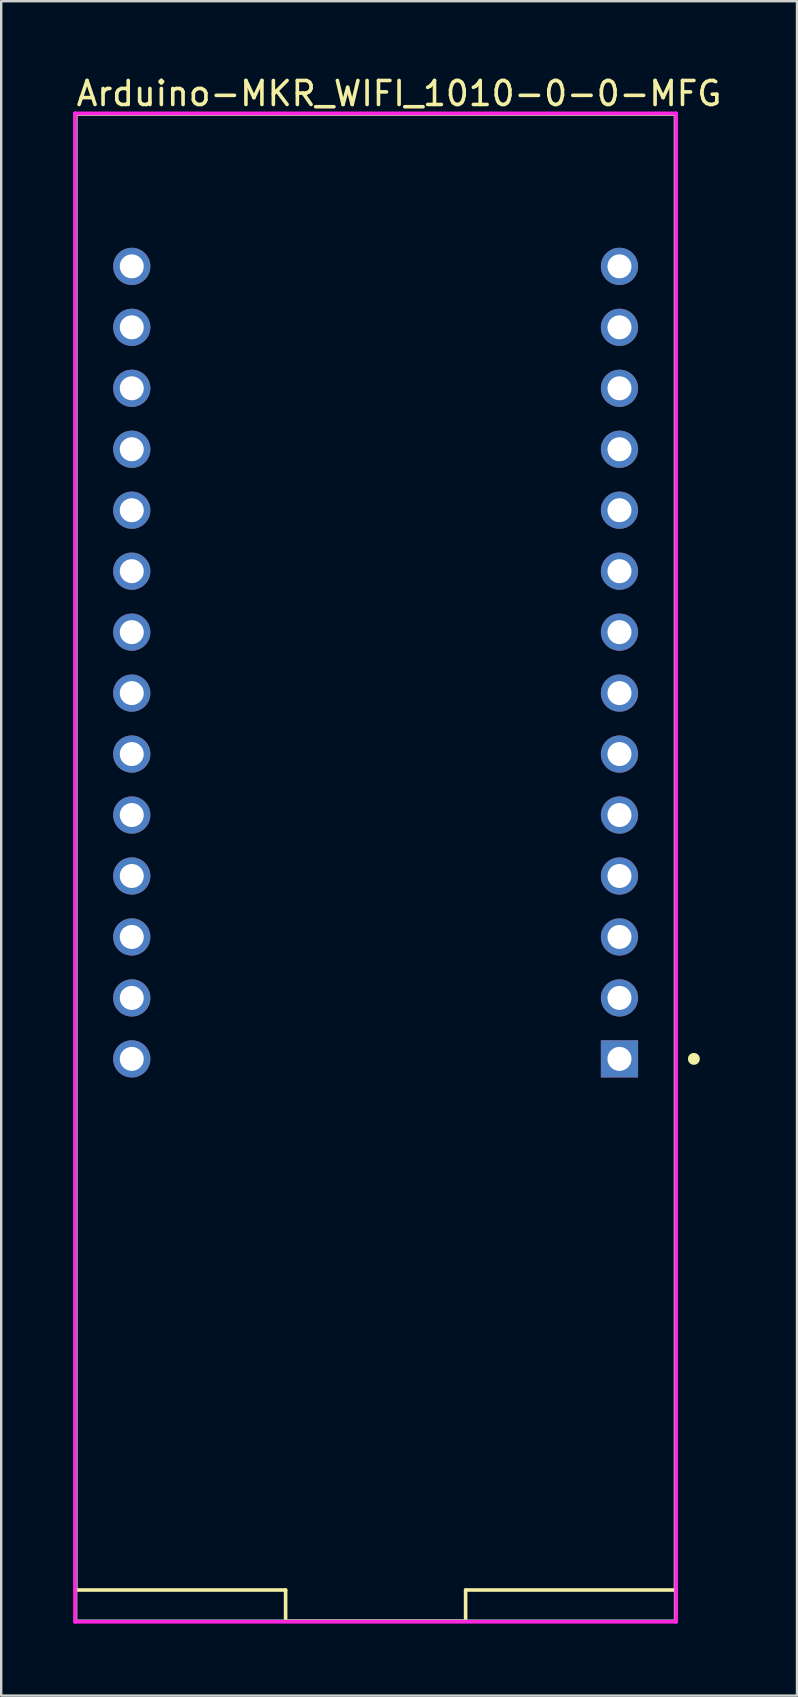
<source format=kicad_pcb>
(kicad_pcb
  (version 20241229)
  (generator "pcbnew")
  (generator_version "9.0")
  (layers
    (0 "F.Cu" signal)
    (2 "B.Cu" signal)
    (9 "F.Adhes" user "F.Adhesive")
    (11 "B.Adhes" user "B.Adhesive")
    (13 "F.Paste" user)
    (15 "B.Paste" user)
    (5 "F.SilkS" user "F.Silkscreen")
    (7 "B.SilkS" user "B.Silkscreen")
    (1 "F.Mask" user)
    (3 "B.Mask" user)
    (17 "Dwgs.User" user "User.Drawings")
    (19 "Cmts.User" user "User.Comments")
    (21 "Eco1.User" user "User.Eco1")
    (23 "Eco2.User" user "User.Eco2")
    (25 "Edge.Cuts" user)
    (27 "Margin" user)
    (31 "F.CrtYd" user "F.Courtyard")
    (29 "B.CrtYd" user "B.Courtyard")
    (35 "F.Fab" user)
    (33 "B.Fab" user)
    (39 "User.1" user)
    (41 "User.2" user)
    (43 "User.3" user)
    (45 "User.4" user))
  (footprint "Arduino-MKR_WIFI_1010-0-0-MFG"
    (layer "F.Cu")
    (at 12.6 33.098)
    (property "Reference" "Arduino-MKR_WIFI_1010-0-0-MFG" (at -12.55 -32.25 180) (layer "F.SilkS") (effects (font (size 1 1) (thickness 0.15)) (justify left)))
    (attr through_hole)
    (fp_line (start -12.5 -31.4) (end -12.5 30.1) (stroke (width 0.15) (type solid)) (layer "F.SilkS"))
    (fp_line (start -12.5 30.1) (end -3.75 30.1) (stroke (width 0.15) (type solid)) (layer "F.SilkS"))
    (fp_line (start -3.75 30.1) (end -3.75 31.4) (stroke (width 0.15) (type solid)) (layer "F.SilkS"))
    (fp_line (start -3.75 31.4) (end 3.75 31.4) (stroke (width 0.15) (type solid)) (layer "F.SilkS"))
    (fp_line (start 3.75 30.1) (end 3.75 31.4) (stroke (width 0.15) (type solid)) (layer "F.SilkS"))
    (fp_line (start 3.75 30.1) (end 12.5 30.1) (stroke (width 0.15) (type solid)) (layer "F.SilkS"))
    (fp_line (start 12.5 -31.4) (end -12.5 -31.4) (stroke (width 0.15) (type solid)) (layer "F.SilkS"))
    (fp_line (start 12.5 -31.4) (end 12.5 30.1) (stroke (width 0.15) (type solid)) (layer "F.SilkS"))
    (fp_circle (center 13.26 7.97) (end 13.26 7.845) (stroke (width 0.25) (type solid)) (fill no) (layer "F.SilkS"))
    (fp_line (start -12.525 -31.425) (end -12.525 -31.425) (stroke (width 0.15) (type solid)) (layer "F.CrtYd"))
    (fp_line (start -12.525 -31.425) (end -12.525 31.425) (stroke (width 0.15) (type solid)) (layer "F.CrtYd"))
    (fp_line (start -12.525 31.425) (end 12.525 31.425) (stroke (width 0.15) (type solid)) (layer "F.CrtYd"))
    (fp_line (start 12.525 -31.425) (end -12.525 -31.425) (stroke (width 0.15) (type solid)) (layer "F.CrtYd"))
    (fp_line (start 12.525 31.425) (end 12.525 -31.425) (stroke (width 0.15) (type solid)) (layer "F.CrtYd"))
    (fp_line (start -12.5 -31.4) (end 12.5 -31.4) (stroke (width 0.15) (type solid)) (layer "F.Fab"))
    (fp_line (start -12.5 31.4) (end -12.5 -31.4) (stroke (width 0.15) (type solid)) (layer "F.Fab"))
    (fp_line (start 12.5 -31.4) (end 12.5 31.4) (stroke (width 0.15) (type solid)) (layer "F.Fab"))
    (fp_line (start 12.5 31.4) (end -12.5 31.4) (stroke (width 0.15) (type solid)) (layer "F.Fab"))
    (pad "1" thru_hole rect (at 10.16 7.97 90) (size 1.55 1.55) (drill 1) (layers "*.Cu"))
    (pad "2" thru_hole circle (at 10.16 5.43 90) (size 1.55 1.55) (drill 1) (layers "*.Cu"))
    (pad "3" thru_hole circle (at 10.16 2.89 90) (size 1.55 1.55) (drill 1) (layers "*.Cu"))
    (pad "4" thru_hole circle (at 10.16 0.35 90) (size 1.55 1.55) (drill 1) (layers "*.Cu"))
    (pad "5" thru_hole circle (at 10.16 -2.19 90) (size 1.55 1.55) (drill 1) (layers "*.Cu"))
    (pad "6" thru_hole circle (at 10.16 -4.73 90) (size 1.55 1.55) (drill 1) (layers "*.Cu"))
    (pad "7" thru_hole circle (at 10.16 -7.27 90) (size 1.55 1.55) (drill 1) (layers "*.Cu"))
    (pad "8" thru_hole circle (at 10.16 -9.81 90) (size 1.55 1.55) (drill 1) (layers "*.Cu"))
    (pad "9" thru_hole circle (at 10.16 -12.35 90) (size 1.55 1.55) (drill 1) (layers "*.Cu"))
    (pad "10" thru_hole circle (at 10.16 -14.89 90) (size 1.55 1.55) (drill 1) (layers "*.Cu"))
    (pad "11" thru_hole circle (at 10.16 -17.43 90) (size 1.55 1.55) (drill 1) (layers "*.Cu"))
    (pad "12" thru_hole circle (at 10.16 -19.97 90) (size 1.55 1.55) (drill 1) (layers "*.Cu"))
    (pad "13" thru_hole circle (at 10.16 -22.51 90) (size 1.55 1.55) (drill 1) (layers "*.Cu"))
    (pad "14" thru_hole circle (at 10.16 -25.05 90) (size 1.55 1.55) (drill 1) (layers "*.Cu"))
    (pad "15" thru_hole circle (at -10.16 -25.05 90) (size 1.55 1.55) (drill 1) (layers "*.Cu"))
    (pad "16" thru_hole circle (at -10.16 -22.51 90) (size 1.55 1.55) (drill 1) (layers "*.Cu"))
    (pad "17" thru_hole circle (at -10.16 -19.97 90) (size 1.55 1.55) (drill 1) (layers "*.Cu"))
    (pad "18" thru_hole circle (at -10.16 -17.43 90) (size 1.55 1.55) (drill 1) (layers "*.Cu"))
    (pad "19" thru_hole circle (at -10.16 -14.89 90) (size 1.55 1.55) (drill 1) (layers "*.Cu"))
    (pad "20" thru_hole circle (at -10.16 -12.35 90) (size 1.55 1.55) (drill 1) (layers "*.Cu"))
    (pad "21" thru_hole circle (at -10.16 -9.81 90) (size 1.55 1.55) (drill 1) (layers "*.Cu"))
    (pad "22" thru_hole circle (at -10.16 -7.27 90) (size 1.55 1.55) (drill 1) (layers "*.Cu"))
    (pad "23" thru_hole circle (at -10.16 -4.73 90) (size 1.55 1.55) (drill 1) (layers "*.Cu"))
    (pad "24" thru_hole circle (at -10.16 -2.19 90) (size 1.55 1.55) (drill 1) (layers "*.Cu"))
    (pad "25" thru_hole circle (at -10.16 0.35 90) (size 1.55 1.55) (drill 1) (layers "*.Cu"))
    (pad "26" thru_hole circle (at -10.16 2.89 90) (size 1.55 1.55) (drill 1) (layers "*.Cu"))
    (pad "27" thru_hole circle (at -10.16 5.43 90) (size 1.55 1.55) (drill 1) (layers "*.Cu"))
    (pad "28" thru_hole circle (at -10.16 7.97 90) (size 1.55 1.55) (drill 1) (layers "*.Cu")))
  (gr_rect
    (start -3 -3)
    (end 30.157 67.598)
    (stroke (width 0.1) (type default))
    (fill no)
    (layer "Edge.Cuts")))
</source>
